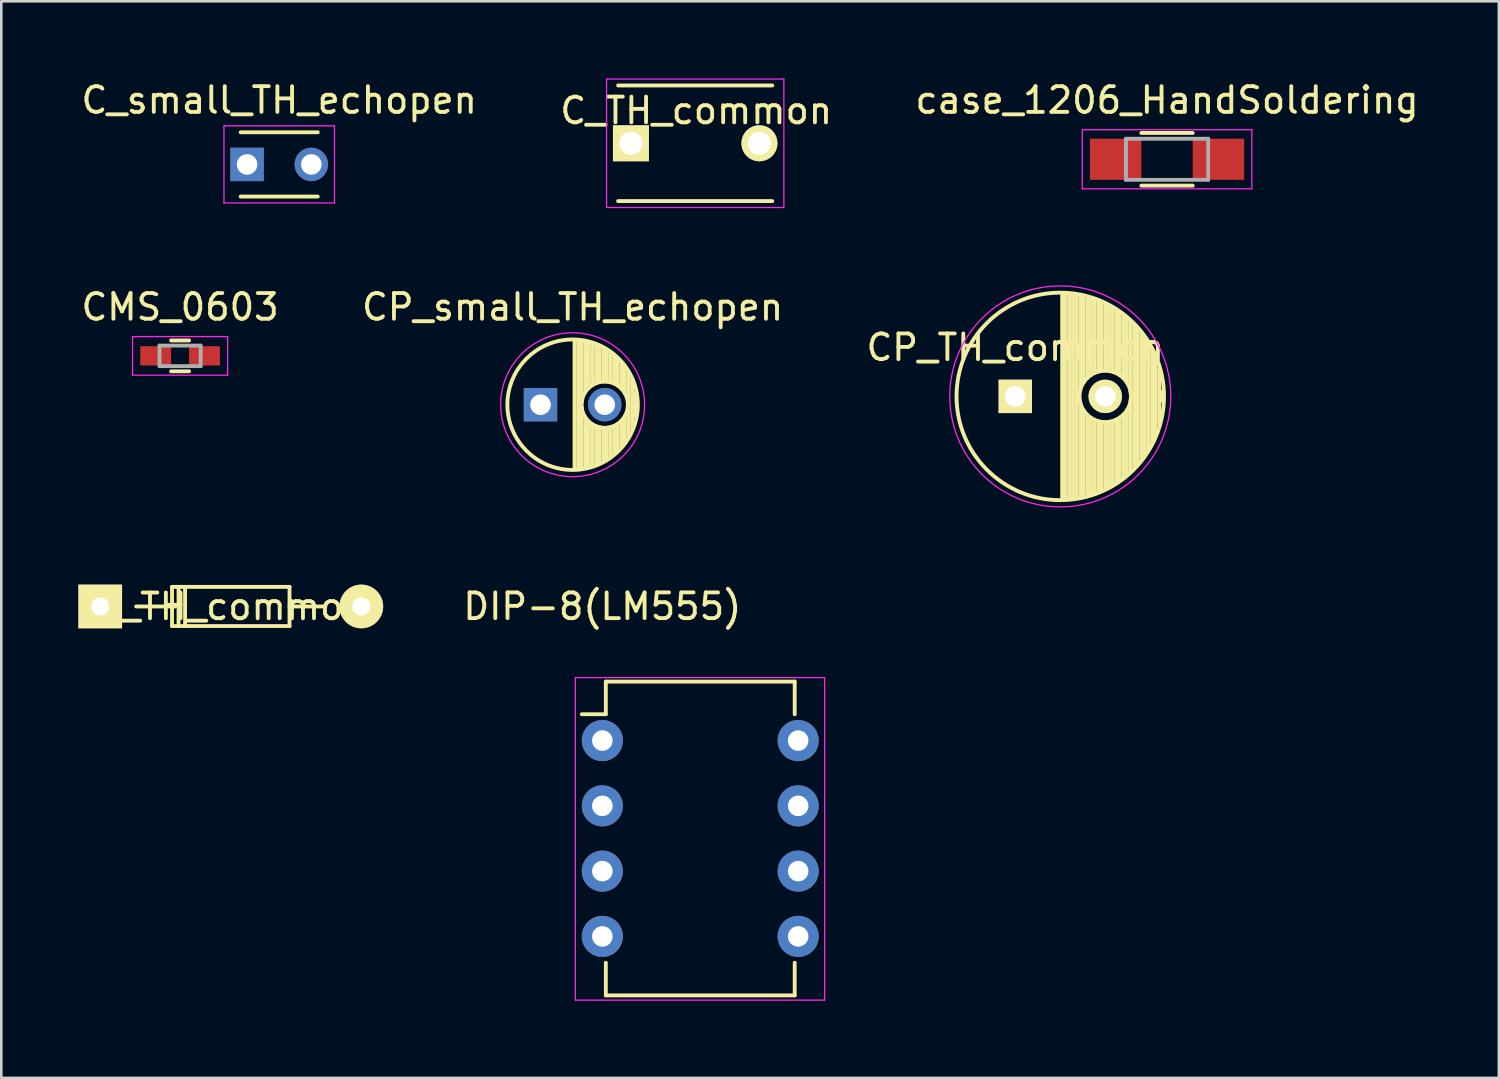
<source format=kicad_pcb>
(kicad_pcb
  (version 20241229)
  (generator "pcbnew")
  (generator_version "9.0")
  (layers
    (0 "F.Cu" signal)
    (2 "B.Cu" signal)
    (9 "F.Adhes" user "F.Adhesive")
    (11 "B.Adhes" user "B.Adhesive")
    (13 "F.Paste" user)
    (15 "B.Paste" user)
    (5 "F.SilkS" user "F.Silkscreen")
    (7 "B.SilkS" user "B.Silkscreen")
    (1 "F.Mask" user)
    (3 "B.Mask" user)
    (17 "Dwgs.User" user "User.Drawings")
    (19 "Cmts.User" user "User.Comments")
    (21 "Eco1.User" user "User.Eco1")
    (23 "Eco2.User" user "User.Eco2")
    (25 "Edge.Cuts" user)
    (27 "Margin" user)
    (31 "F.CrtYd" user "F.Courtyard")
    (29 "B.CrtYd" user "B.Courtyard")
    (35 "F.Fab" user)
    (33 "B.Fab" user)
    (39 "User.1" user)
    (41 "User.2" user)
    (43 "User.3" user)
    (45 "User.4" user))
  (footprint "CP_small_TH_echopen"
    (layer "F.Cu")
    (at 17.982 12.698)
    (property "Reference" "CP_small_TH_echopen" (at 1.25 -3.8 0) (layer "F.SilkS") (effects (font (size 1 1) (thickness 0.15))))
    (attr smd)
    (fp_line (start 1.325 -2.499) (end 1.325 2.499) (stroke (width 0.15) (type solid)) (layer "F.SilkS"))
    (fp_line (start 1.465 -2.491) (end 1.465 2.491) (stroke (width 0.15) (type solid)) (layer "F.SilkS"))
    (fp_line (start 1.605 -2.475) (end 1.605 -0.095) (stroke (width 0.15) (type solid)) (layer "F.SilkS"))
    (fp_line (start 1.605 0.095) (end 1.605 2.475) (stroke (width 0.15) (type solid)) (layer "F.SilkS"))
    (fp_line (start 1.745 -2.451) (end 1.745 -0.49) (stroke (width 0.15) (type solid)) (layer "F.SilkS"))
    (fp_line (start 1.745 0.49) (end 1.745 2.451) (stroke (width 0.15) (type solid)) (layer "F.SilkS"))
    (fp_line (start 1.885 -2.418) (end 1.885 -0.657) (stroke (width 0.15) (type solid)) (layer "F.SilkS"))
    (fp_line (start 1.885 0.657) (end 1.885 2.418) (stroke (width 0.15) (type solid)) (layer "F.SilkS"))
    (fp_line (start 2.025 -2.377) (end 2.025 -0.764) (stroke (width 0.15) (type solid)) (layer "F.SilkS"))
    (fp_line (start 2.025 0.764) (end 2.025 2.377) (stroke (width 0.15) (type solid)) (layer "F.SilkS"))
    (fp_line (start 2.165 -2.327) (end 2.165 -0.835) (stroke (width 0.15) (type solid)) (layer "F.SilkS"))
    (fp_line (start 2.165 0.835) (end 2.165 2.327) (stroke (width 0.15) (type solid)) (layer "F.SilkS"))
    (fp_line (start 2.305 -2.266) (end 2.305 -0.879) (stroke (width 0.15) (type solid)) (layer "F.SilkS"))
    (fp_line (start 2.305 0.879) (end 2.305 2.266) (stroke (width 0.15) (type solid)) (layer "F.SilkS"))
    (fp_line (start 2.445 -2.196) (end 2.445 -0.898) (stroke (width 0.15) (type solid)) (layer "F.SilkS"))
    (fp_line (start 2.445 0.898) (end 2.445 2.196) (stroke (width 0.15) (type solid)) (layer "F.SilkS"))
    (fp_line (start 2.585 -2.114) (end 2.585 -0.896) (stroke (width 0.15) (type solid)) (layer "F.SilkS"))
    (fp_line (start 2.585 0.896) (end 2.585 2.114) (stroke (width 0.15) (type solid)) (layer "F.SilkS"))
    (fp_line (start 2.725 -2.019) (end 2.725 -0.871) (stroke (width 0.15) (type solid)) (layer "F.SilkS"))
    (fp_line (start 2.725 0.871) (end 2.725 2.019) (stroke (width 0.15) (type solid)) (layer "F.SilkS"))
    (fp_line (start 2.865 -1.908) (end 2.865 -0.823) (stroke (width 0.15) (type solid)) (layer "F.SilkS"))
    (fp_line (start 2.865 0.823) (end 2.865 1.908) (stroke (width 0.15) (type solid)) (layer "F.SilkS"))
    (fp_line (start 3.005 -1.78) (end 3.005 -0.745) (stroke (width 0.15) (type solid)) (layer "F.SilkS"))
    (fp_line (start 3.005 0.745) (end 3.005 1.78) (stroke (width 0.15) (type solid)) (layer "F.SilkS"))
    (fp_line (start 3.145 -1.631) (end 3.145 -0.628) (stroke (width 0.15) (type solid)) (layer "F.SilkS"))
    (fp_line (start 3.145 0.628) (end 3.145 1.631) (stroke (width 0.15) (type solid)) (layer "F.SilkS"))
    (fp_line (start 3.285 -1.452) (end 3.285 -0.44) (stroke (width 0.15) (type solid)) (layer "F.SilkS"))
    (fp_line (start 3.285 0.44) (end 3.285 1.452) (stroke (width 0.15) (type solid)) (layer "F.SilkS"))
    (fp_line (start 3.425 -1.233) (end 3.425 1.233) (stroke (width 0.15) (type solid)) (layer "F.SilkS"))
    (fp_line (start 3.565 -0.944) (end 3.565 0.944) (stroke (width 0.15) (type solid)) (layer "F.SilkS"))
    (fp_line (start 3.705 -0.472) (end 3.705 0.472) (stroke (width 0.15) (type solid)) (layer "F.SilkS"))
    (fp_circle (center 1.25 0) (end 1.25 -2.538) (stroke (width 0.15) (type solid)) (fill no) (layer "F.SilkS"))
    (fp_circle (center 2.5 0) (end 2.5 -0.9) (stroke (width 0.15) (type solid)) (fill no) (layer "F.SilkS"))
    (fp_circle (center 1.25 0) (end 1.25 -2.8) (stroke (width 0.05) (type solid)) (fill no) (layer "F.CrtYd"))
    (pad "1" thru_hole rect (at 0 0) (size 1.3 1.3) (drill 0.8) (layers "*.Cu" "*.Mask"))
    (pad "2" thru_hole circle (at 2.5 0) (size 1.3 1.3) (drill 0.8) (layers "*.Cu" "*.Mask")))
  (footprint "case_1206_HandSoldering"
    (layer "F.Cu")
    (at 42.363 3.148)
    (property "Reference" "case_1206_HandSoldering" (at 0 -2.3 0) (layer "F.SilkS") (effects (font (size 1 1) (thickness 0.15))))
    (attr smd)
    (fp_line (start -1 1.025) (end 1 1.025) (stroke (width 0.15) (type solid)) (layer "F.SilkS"))
    (fp_line (start 1 -1.025) (end -1 -1.025) (stroke (width 0.15) (type solid)) (layer "F.SilkS"))
    (fp_line (start -3.3 -1.15) (end -3.3 1.15) (stroke (width 0.05) (type solid)) (layer "F.CrtYd"))
    (fp_line (start -3.3 -1.15) (end 3.3 -1.15) (stroke (width 0.05) (type solid)) (layer "F.CrtYd"))
    (fp_line (start -3.3 1.15) (end 3.3 1.15) (stroke (width 0.05) (type solid)) (layer "F.CrtYd"))
    (fp_line (start 3.3 -1.15) (end 3.3 1.15) (stroke (width 0.05) (type solid)) (layer "F.CrtYd"))
    (fp_line (start -1.6 -0.8) (end 1.6 -0.8) (stroke (width 0.15) (type solid)) (layer "F.Fab"))
    (fp_line (start -1.6 0.8) (end -1.6 -0.8) (stroke (width 0.15) (type solid)) (layer "F.Fab"))
    (fp_line (start 1.6 -0.8) (end 1.6 0.8) (stroke (width 0.15) (type solid)) (layer "F.Fab"))
    (fp_line (start 1.6 0.8) (end -1.6 0.8) (stroke (width 0.15) (type solid)) (layer "F.Fab"))
    (pad "1" smd rect (at -2 0) (size 2 1.6) (layers "F.Cu" "F.Mask" "F.Paste"))
    (pad "2" smd rect (at 2 0) (size 2 1.6) (layers "F.Cu" "F.Mask" "F.Paste")))
  (footprint "C_TH_common"
    (layer "F.Cu")
    (at 21.502 2.525)
    (property "Reference" "C_TH_common" (at 2.54 -1.27 0) (layer "F.SilkS") (effects (font (size 1 1) (thickness 0.15))))
    (attr smd)
    (fp_line (start -0.5 -2.25) (end 5.5 -2.25) (stroke (width 0.15) (type solid)) (layer "F.SilkS"))
    (fp_line (start 5.5 2.25) (end -0.5 2.25) (stroke (width 0.15) (type solid)) (layer "F.SilkS"))
    (fp_line (start -0.95 -2.5) (end 5.95 -2.5) (stroke (width 0.05) (type solid)) (layer "F.CrtYd"))
    (fp_line (start -0.95 2.5) (end -0.95 -2.5) (stroke (width 0.05) (type solid)) (layer "F.CrtYd"))
    (fp_line (start 5.95 -2.5) (end 5.95 2.5) (stroke (width 0.05) (type solid)) (layer "F.CrtYd"))
    (fp_line (start 5.95 2.5) (end -0.95 2.5) (stroke (width 0.05) (type solid)) (layer "F.CrtYd"))
    (pad "1" thru_hole rect (at 0 0) (size 1.4 1.4) (drill 0.9) (layers "*.Cu" "*.Mask" "F.SilkS"))
    (pad "2" thru_hole circle (at 5 0) (size 1.4 1.4) (drill 0.9) (layers "*.Cu" "*.Mask" "F.SilkS")))
  (footprint "C_small_TH_echopen"
    (layer "F.Cu")
    (at 6.565 3.348)
    (property "Reference" "C_small_TH_echopen" (at 1.25 -2.5 0) (layer "F.SilkS") (effects (font (size 1 1) (thickness 0.15))))
    (attr smd)
    (fp_line (start -0.25 -1.25) (end 2.75 -1.25) (stroke (width 0.15) (type solid)) (layer "F.SilkS"))
    (fp_line (start 2.75 1.25) (end -0.25 1.25) (stroke (width 0.15) (type solid)) (layer "F.SilkS"))
    (fp_line (start -0.9 -1.5) (end 3.4 -1.5) (stroke (width 0.05) (type solid)) (layer "F.CrtYd"))
    (fp_line (start -0.9 1.5) (end -0.9 -1.5) (stroke (width 0.05) (type solid)) (layer "F.CrtYd"))
    (fp_line (start 3.4 -1.5) (end 3.4 1.5) (stroke (width 0.05) (type solid)) (layer "F.CrtYd"))
    (fp_line (start 3.4 1.5) (end -0.9 1.5) (stroke (width 0.05) (type solid)) (layer "F.CrtYd"))
    (pad "1" thru_hole rect (at 0 0) (size 1.3 1.3) (drill 0.8) (layers "*.Cu" "*.Mask"))
    (pad "2" thru_hole circle (at 2.5 0) (size 1.3 1.3) (drill 0.8) (layers "*.Cu" "*.Mask")))
  (footprint "D_TH_common"
    (layer "F.Cu")
    (at 0.849 20.552)
    (property "Reference" "D_TH_common" (at 5.08 0 0) (layer "F.SilkS") (effects (font (size 1 1) (thickness 0.15))))
    (attr through_hole)
    (fp_line (start 2.795 -0.765) (end 2.795 -0.003) (stroke (width 0.15) (type solid)) (layer "F.SilkS"))
    (fp_line (start 2.795 -0.003) (end 2.795 0.759) (stroke (width 0.15) (type solid)) (layer "F.SilkS"))
    (fp_line (start 2.795 0.759) (end 7.367 0.759) (stroke (width 0.15) (type solid)) (layer "F.SilkS"))
    (fp_line (start 2.922 -0.003) (end 1.398 -0.003) (stroke (width 0.15) (type solid)) (layer "F.SilkS"))
    (fp_line (start 3.049 -0.765) (end 3.049 0.759) (stroke (width 0.15) (type solid)) (layer "F.SilkS"))
    (fp_line (start 3.303 -0.765) (end 3.303 0.759) (stroke (width 0.15) (type solid)) (layer "F.SilkS"))
    (fp_line (start 7.367 -0.765) (end 2.795 -0.765) (stroke (width 0.15) (type solid)) (layer "F.SilkS"))
    (fp_line (start 7.367 -0.003) (end 8.764 -0.003) (stroke (width 0.15) (type solid)) (layer "F.SilkS"))
    (fp_line (start 7.367 0.759) (end 7.367 -0.765) (stroke (width 0.15) (type solid)) (layer "F.SilkS"))
    (pad "1" thru_hole rect (at 0.001 -0.003 180) (size 1.699 1.699) (drill 0.701) (layers "*.Cu" "*.Mask" "F.SilkS"))
    (pad "2" thru_hole circle (at 10.161 -0.003 180) (size 1.699 1.699) (drill 0.701) (layers "*.Cu" "*.Mask" "F.SilkS")))
  (footprint "CMS_0603"
    (layer "F.Cu")
    (at 3.958 10.798)
    (property "Reference" "CMS_0603" (at 0 -1.9 0) (layer "F.SilkS") (effects (font (size 1 1) (thickness 0.15))))
    (attr smd)
    (fp_line (start -0.35 -0.6) (end 0.35 -0.6) (stroke (width 0.15) (type solid)) (layer "F.SilkS"))
    (fp_line (start 0.35 0.6) (end -0.35 0.6) (stroke (width 0.15) (type solid)) (layer "F.SilkS"))
    (fp_line (start -1.85 -0.75) (end -1.85 0.75) (stroke (width 0.05) (type solid)) (layer "F.CrtYd"))
    (fp_line (start -1.85 -0.75) (end 1.85 -0.75) (stroke (width 0.05) (type solid)) (layer "F.CrtYd"))
    (fp_line (start -1.85 0.75) (end 1.85 0.75) (stroke (width 0.05) (type solid)) (layer "F.CrtYd"))
    (fp_line (start 1.85 -0.75) (end 1.85 0.75) (stroke (width 0.05) (type solid)) (layer "F.CrtYd"))
    (fp_line (start -0.8 -0.4) (end 0.8 -0.4) (stroke (width 0.15) (type solid)) (layer "F.Fab"))
    (fp_line (start -0.8 0.4) (end -0.8 -0.4) (stroke (width 0.15) (type solid)) (layer "F.Fab"))
    (fp_line (start 0.8 -0.4) (end 0.8 0.4) (stroke (width 0.15) (type solid)) (layer "F.Fab"))
    (fp_line (start 0.8 0.4) (end -0.8 0.4) (stroke (width 0.15) (type solid)) (layer "F.Fab"))
    (pad "1" smd rect (at -0.95 0) (size 1.2 0.75) (layers "F.Cu" "F.Mask" "F.Paste"))
    (pad "2" smd rect (at 0.95 0) (size 1.2 0.75) (layers "F.Cu" "F.Mask" "F.Paste")))
  (footprint "CP_TH_common"
    (layer "F.Cu")
    (at 36.458 12.375)
    (property "Reference" "CP_TH_common" (at 0 -1.905 0) (layer "F.SilkS") (effects (font (size 1 1) (thickness 0.15))))
    (attr through_hole)
    (fp_line (start 1.825 -3.999) (end 1.825 3.999) (stroke (width 0.15) (type solid)) (layer "F.SilkS"))
    (fp_line (start 1.965 -3.994) (end 1.965 3.994) (stroke (width 0.15) (type solid)) (layer "F.SilkS"))
    (fp_line (start 2.105 -3.984) (end 2.105 3.984) (stroke (width 0.15) (type solid)) (layer "F.SilkS"))
    (fp_line (start 2.245 -3.969) (end 2.245 3.969) (stroke (width 0.15) (type solid)) (layer "F.SilkS"))
    (fp_line (start 2.385 -3.949) (end 2.385 3.949) (stroke (width 0.15) (type solid)) (layer "F.SilkS"))
    (fp_line (start 2.525 -3.924) (end 2.525 -0.222) (stroke (width 0.15) (type solid)) (layer "F.SilkS"))
    (fp_line (start 2.525 0.222) (end 2.525 3.924) (stroke (width 0.15) (type solid)) (layer "F.SilkS"))
    (fp_line (start 2.665 -3.894) (end 2.665 -0.55) (stroke (width 0.15) (type solid)) (layer "F.SilkS"))
    (fp_line (start 2.665 0.55) (end 2.665 3.894) (stroke (width 0.15) (type solid)) (layer "F.SilkS"))
    (fp_line (start 2.805 -3.858) (end 2.805 -0.719) (stroke (width 0.15) (type solid)) (layer "F.SilkS"))
    (fp_line (start 2.805 0.719) (end 2.805 3.858) (stroke (width 0.15) (type solid)) (layer "F.SilkS"))
    (fp_line (start 2.945 -3.817) (end 2.945 -0.832) (stroke (width 0.15) (type solid)) (layer "F.SilkS"))
    (fp_line (start 2.945 0.832) (end 2.945 3.817) (stroke (width 0.15) (type solid)) (layer "F.SilkS"))
    (fp_line (start 3.085 -3.771) (end 3.085 -0.91) (stroke (width 0.15) (type solid)) (layer "F.SilkS"))
    (fp_line (start 3.085 0.91) (end 3.085 3.771) (stroke (width 0.15) (type solid)) (layer "F.SilkS"))
    (fp_line (start 3.225 -3.718) (end 3.225 -0.961) (stroke (width 0.15) (type solid)) (layer "F.SilkS"))
    (fp_line (start 3.225 0.961) (end 3.225 3.718) (stroke (width 0.15) (type solid)) (layer "F.SilkS"))
    (fp_line (start 3.365 -3.659) (end 3.365 -0.991) (stroke (width 0.15) (type solid)) (layer "F.SilkS"))
    (fp_line (start 3.365 0.991) (end 3.365 3.659) (stroke (width 0.15) (type solid)) (layer "F.SilkS"))
    (fp_line (start 3.505 -3.594) (end 3.505 -1) (stroke (width 0.15) (type solid)) (layer "F.SilkS"))
    (fp_line (start 3.505 1) (end 3.505 3.594) (stroke (width 0.15) (type solid)) (layer "F.SilkS"))
    (fp_line (start 3.645 -3.523) (end 3.645 -0.989) (stroke (width 0.15) (type solid)) (layer "F.SilkS"))
    (fp_line (start 3.645 0.989) (end 3.645 3.523) (stroke (width 0.15) (type solid)) (layer "F.SilkS"))
    (fp_line (start 3.785 -3.444) (end 3.785 -0.959) (stroke (width 0.15) (type solid)) (layer "F.SilkS"))
    (fp_line (start 3.785 0.959) (end 3.785 3.444) (stroke (width 0.15) (type solid)) (layer "F.SilkS"))
    (fp_line (start 3.925 -3.357) (end 3.925 -0.905) (stroke (width 0.15) (type solid)) (layer "F.SilkS"))
    (fp_line (start 3.925 0.905) (end 3.925 3.357) (stroke (width 0.15) (type solid)) (layer "F.SilkS"))
    (fp_line (start 4.065 -3.262) (end 4.065 -0.825) (stroke (width 0.15) (type solid)) (layer "F.SilkS"))
    (fp_line (start 4.065 0.825) (end 4.065 3.262) (stroke (width 0.15) (type solid)) (layer "F.SilkS"))
    (fp_line (start 4.205 -3.158) (end 4.205 -0.709) (stroke (width 0.15) (type solid)) (layer "F.SilkS"))
    (fp_line (start 4.205 0.709) (end 4.205 3.158) (stroke (width 0.15) (type solid)) (layer "F.SilkS"))
    (fp_line (start 4.345 -3.044) (end 4.345 -0.535) (stroke (width 0.15) (type solid)) (layer "F.SilkS"))
    (fp_line (start 4.345 0.535) (end 4.345 3.044) (stroke (width 0.15) (type solid)) (layer "F.SilkS"))
    (fp_line (start 4.485 -2.919) (end 4.485 -0.173) (stroke (width 0.15) (type solid)) (layer "F.SilkS"))
    (fp_line (start 4.485 0.173) (end 4.485 2.919) (stroke (width 0.15) (type solid)) (layer "F.SilkS"))
    (fp_line (start 4.625 -2.781) (end 4.625 2.781) (stroke (width 0.15) (type solid)) (layer "F.SilkS"))
    (fp_line (start 4.765 -2.629) (end 4.765 2.629) (stroke (width 0.15) (type solid)) (layer "F.SilkS"))
    (fp_line (start 4.905 -2.459) (end 4.905 2.459) (stroke (width 0.15) (type solid)) (layer "F.SilkS"))
    (fp_line (start 5.045 -2.268) (end 5.045 2.268) (stroke (width 0.15) (type solid)) (layer "F.SilkS"))
    (fp_line (start 5.185 -2.05) (end 5.185 2.05) (stroke (width 0.15) (type solid)) (layer "F.SilkS"))
    (fp_line (start 5.325 -1.794) (end 5.325 1.794) (stroke (width 0.15) (type solid)) (layer "F.SilkS"))
    (fp_line (start 5.465 -1.483) (end 5.465 1.483) (stroke (width 0.15) (type solid)) (layer "F.SilkS"))
    (fp_line (start 5.605 -1.067) (end 5.605 1.067) (stroke (width 0.15) (type solid)) (layer "F.SilkS"))
    (fp_line (start 5.745 -0.2) (end 5.745 0.2) (stroke (width 0.15) (type solid)) (layer "F.SilkS"))
    (fp_circle (center 1.75 0) (end 1.75 -4.037) (stroke (width 0.15) (type solid)) (fill no) (layer "F.SilkS"))
    (fp_circle (center 3.5 0) (end 3.5 -1) (stroke (width 0.15) (type solid)) (fill no) (layer "F.SilkS"))
    (fp_circle (center 1.75 0) (end 1.75 -4.3) (stroke (width 0.05) (type solid)) (fill no) (layer "F.CrtYd"))
    (pad "1" thru_hole rect (at 0 0) (size 1.3 1.3) (drill 0.8) (layers "*.Cu" "*.Mask" "F.SilkS"))
    (pad "2" thru_hole circle (at 3.5 0) (size 1.3 1.3) (drill 0.8) (layers "*.Cu" "*.Mask" "F.SilkS")))
  (footprint "DIP-8(LM555)"
    (layer "F.Cu")
    (at 20.389 25.768)
    (property "Reference" "DIP-8(LM555)" (at 0 -5.22 0) (layer "F.SilkS") (effects (font (size 1 1) (thickness 0.15))))
    (attr smd)
    (fp_line (start 0.135 -2.295) (end 0.135 -1.025) (stroke (width 0.15) (type solid)) (layer "F.SilkS"))
    (fp_line (start 0.135 -2.295) (end 7.485 -2.295) (stroke (width 0.15) (type solid)) (layer "F.SilkS"))
    (fp_line (start 0.135 -1.025) (end -0.8 -1.025) (stroke (width 0.15) (type solid)) (layer "F.SilkS"))
    (fp_line (start 0.135 9.915) (end 0.135 8.645) (stroke (width 0.15) (type solid)) (layer "F.SilkS"))
    (fp_line (start 0.135 9.915) (end 7.485 9.915) (stroke (width 0.15) (type solid)) (layer "F.SilkS"))
    (fp_line (start 7.485 -2.295) (end 7.485 -1.025) (stroke (width 0.15) (type solid)) (layer "F.SilkS"))
    (fp_line (start 7.485 9.915) (end 7.485 8.645) (stroke (width 0.15) (type solid)) (layer "F.SilkS"))
    (fp_line (start -1.05 -2.45) (end -1.05 10.1) (stroke (width 0.05) (type solid)) (layer "F.CrtYd"))
    (fp_line (start -1.05 -2.45) (end 8.65 -2.45) (stroke (width 0.05) (type solid)) (layer "F.CrtYd"))
    (fp_line (start -1.05 10.1) (end 8.65 10.1) (stroke (width 0.05) (type solid)) (layer "F.CrtYd"))
    (fp_line (start 8.65 -2.45) (end 8.65 10.1) (stroke (width 0.05) (type solid)) (layer "F.CrtYd"))
    (pad "1" thru_hole oval (at 0 0) (size 1.6 1.6) (drill 0.8) (layers "*.Cu" "*.Mask"))
    (pad "2" thru_hole oval (at 0 2.54) (size 1.6 1.6) (drill 0.8) (layers "*.Cu" "*.Mask"))
    (pad "3" thru_hole oval (at 0 5.08) (size 1.6 1.6) (drill 0.8) (layers "*.Cu" "*.Mask"))
    (pad "4" thru_hole oval (at 0 7.62) (size 1.6 1.6) (drill 0.8) (layers "*.Cu" "*.Mask"))
    (pad "5" thru_hole oval (at 7.62 7.62) (size 1.6 1.6) (drill 0.8) (layers "*.Cu" "*.Mask"))
    (pad "6" thru_hole oval (at 7.62 5.08) (size 1.6 1.6) (drill 0.8) (layers "*.Cu" "*.Mask"))
    (pad "7" thru_hole oval (at 7.62 2.54) (size 1.6 1.6) (drill 0.8) (layers "*.Cu" "*.Mask"))
    (pad "8" thru_hole oval (at 7.62 0) (size 1.6 1.6) (drill 0.8) (layers "*.Cu" "*.Mask")))
  (gr_rect
    (start -3 -3)
    (end 55.274 38.893)
    (stroke (width 0.1) (type default))
    (fill no)
    (layer "Edge.Cuts")))
</source>
